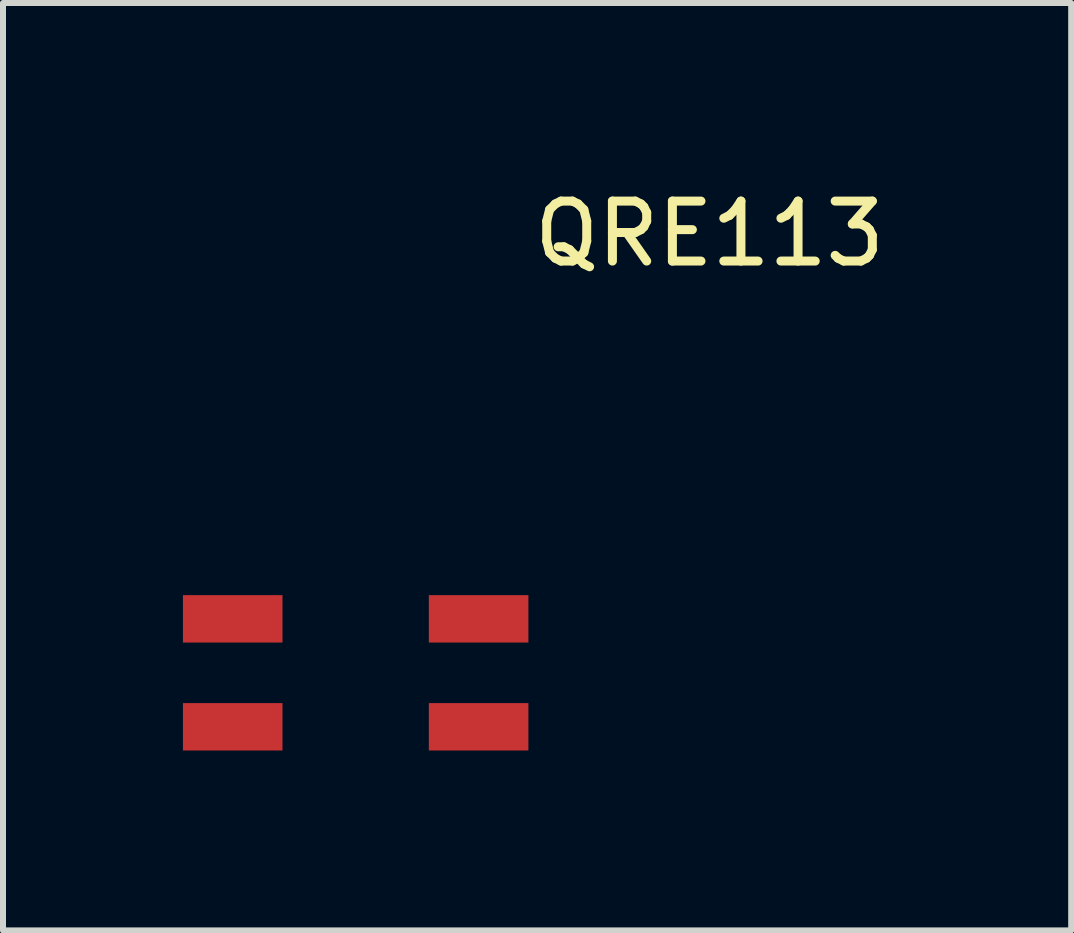
<source format=kicad_pcb>
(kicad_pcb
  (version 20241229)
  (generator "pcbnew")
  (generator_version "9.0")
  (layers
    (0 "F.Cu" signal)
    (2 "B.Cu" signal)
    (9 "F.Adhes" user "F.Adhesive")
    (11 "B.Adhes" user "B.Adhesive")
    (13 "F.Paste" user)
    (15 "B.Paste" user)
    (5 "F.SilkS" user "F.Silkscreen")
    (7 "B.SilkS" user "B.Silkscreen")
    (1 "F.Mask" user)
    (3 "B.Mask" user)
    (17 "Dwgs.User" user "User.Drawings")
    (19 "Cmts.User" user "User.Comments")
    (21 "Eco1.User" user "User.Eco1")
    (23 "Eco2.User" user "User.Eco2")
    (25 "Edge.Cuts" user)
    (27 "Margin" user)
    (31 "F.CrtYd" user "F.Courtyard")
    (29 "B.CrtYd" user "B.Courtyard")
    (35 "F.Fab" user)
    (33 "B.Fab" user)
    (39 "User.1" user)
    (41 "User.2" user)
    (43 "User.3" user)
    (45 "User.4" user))
  (footprint "QRE113"
    (layer "F.Cu")
    (at 2.43 8.468)
    (property "Reference" "QRE113" (at 6.35 -7.62 0) (layer "F.SilkS") (effects (font (size 1 1) (thickness 0.15))))
    (attr through_hole)
    (pad "1" smd rect (at -1.6 0.6) (size 1.66 0.79) (layers "F.Cu" "F.Mask" "F.Paste"))
    (pad "2" smd rect (at 2.5 0.6) (size 1.66 0.79) (layers "F.Cu" "F.Mask" "F.Paste"))
    (pad "3" smd rect (at 2.5 -1.2) (size 1.66 0.79) (layers "F.Cu" "F.Mask" "F.Paste"))
    (pad "4" smd rect (at -1.6 -1.2) (size 1.66 0.79) (layers "F.Cu" "F.Mask" "F.Paste")))
  (gr_rect
    (start -3 -3)
    (end 14.81 12.463)
    (stroke (width 0.1) (type default))
    (fill no)
    (layer "Edge.Cuts")))
</source>
